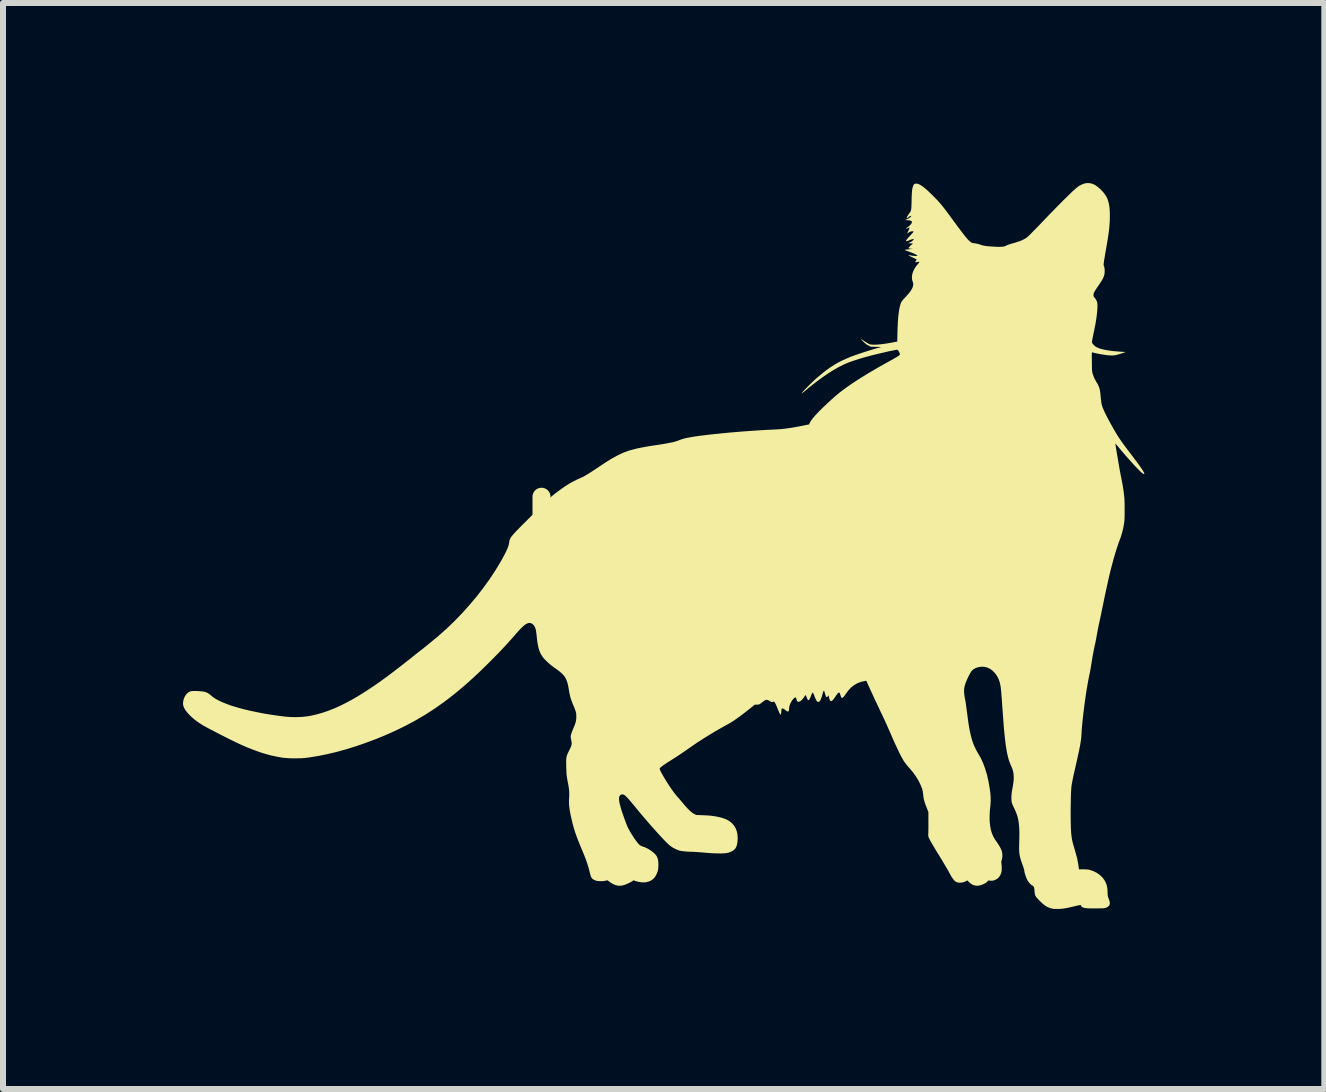
<source format=kicad_pcb>
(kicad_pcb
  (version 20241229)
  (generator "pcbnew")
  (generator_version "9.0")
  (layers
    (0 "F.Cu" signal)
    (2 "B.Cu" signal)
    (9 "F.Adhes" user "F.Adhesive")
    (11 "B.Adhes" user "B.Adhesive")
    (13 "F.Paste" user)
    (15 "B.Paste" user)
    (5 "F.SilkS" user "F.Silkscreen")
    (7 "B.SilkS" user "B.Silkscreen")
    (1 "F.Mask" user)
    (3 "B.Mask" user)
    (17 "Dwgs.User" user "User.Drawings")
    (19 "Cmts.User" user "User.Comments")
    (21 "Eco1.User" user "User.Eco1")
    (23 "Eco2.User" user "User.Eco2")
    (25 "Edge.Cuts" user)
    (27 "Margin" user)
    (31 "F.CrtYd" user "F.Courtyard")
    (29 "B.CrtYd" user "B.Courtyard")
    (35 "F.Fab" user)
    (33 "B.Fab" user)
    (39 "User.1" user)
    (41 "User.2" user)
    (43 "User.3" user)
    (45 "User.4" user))
  (footprint "kitty"
    (layer "F.Cu")
    (at 8.01 6.05)
    (property "Reference" "kitty" (at 0 0 0) (layer "F.SilkS") (effects (font (size 1.5 1.5) (thickness 0.3))))
    (attr board_only exclude_from_pos_files exclude_from_bom)
    (fp_poly (pts (xy 7.116 -6.045) (xy 7.161 -6.031) (xy 7.2 -6.01) (xy 7.242 -5.979) (xy 7.281 -5.945) (xy 7.32 -5.903) (xy 7.328 -5.894) (xy 7.356 -5.857) (xy 7.38 -5.819) (xy 7.399 -5.778) (xy 7.413 -5.733) (xy 7.424 -5.684) (xy 7.431 -5.629) (xy 7.435 -5.566) (xy 7.436 -5.503) (xy 7.435 -5.455) (xy 7.434 -5.407) (xy 7.43 -5.357) (xy 7.426 -5.306) (xy 7.42 -5.25) (xy 7.412 -5.191) (xy 7.402 -5.125) (xy 7.39 -5.052) (xy 7.376 -4.972) (xy 7.37 -4.937) (xy 7.363 -4.897) (xy 7.356 -4.857) (xy 7.35 -4.819) (xy 7.344 -4.785) (xy 7.34 -4.757) (xy 7.337 -4.74) (xy 7.334 -4.715) (xy 7.332 -4.697) (xy 7.332 -4.685) (xy 7.333 -4.677) (xy 7.336 -4.669) (xy 7.338 -4.664) (xy 7.343 -4.651) (xy 7.346 -4.632) (xy 7.349 -4.606) (xy 7.349 -4.595) (xy 7.349 -4.567) (xy 7.347 -4.541) (xy 7.343 -4.516) (xy 7.334 -4.491) (xy 7.323 -4.464) (xy 7.306 -4.434) (xy 7.285 -4.399) (xy 7.258 -4.359) (xy 7.24 -4.332) (xy 7.215 -4.296) (xy 7.196 -4.267) (xy 7.182 -4.243) (xy 7.172 -4.224) (xy 7.166 -4.207) (xy 7.163 -4.192) (xy 7.163 -4.184) (xy 7.164 -4.17) (xy 7.167 -4.159) (xy 7.175 -4.146) (xy 7.183 -4.137) (xy 7.2 -4.115) (xy 7.212 -4.094) (xy 7.221 -4.072) (xy 7.227 -4.048) (xy 7.229 -4.019) (xy 7.229 -3.984) (xy 7.227 -3.941) (xy 7.226 -3.928) (xy 7.222 -3.887) (xy 7.218 -3.848) (xy 7.213 -3.811) (xy 7.208 -3.773) (xy 7.201 -3.733) (xy 7.194 -3.69) (xy 7.184 -3.641) (xy 7.173 -3.586) (xy 7.16 -3.523) (xy 7.159 -3.519) (xy 7.151 -3.48) (xy 7.145 -3.449) (xy 7.141 -3.426) (xy 7.139 -3.409) (xy 7.138 -3.397) (xy 7.139 -3.39) (xy 7.14 -3.388) (xy 7.148 -3.373) (xy 7.163 -3.356) (xy 7.18 -3.339) (xy 7.198 -3.324) (xy 7.207 -3.318) (xy 7.243 -3.301) (xy 7.289 -3.285) (xy 7.344 -3.272) (xy 7.408 -3.26) (xy 7.48 -3.25) (xy 7.561 -3.243) (xy 7.602 -3.24) (xy 7.631 -3.238) (xy 7.656 -3.236) (xy 7.676 -3.235) (xy 7.689 -3.234) (xy 7.694 -3.233) (xy 7.69 -3.231) (xy 7.678 -3.226) (xy 7.66 -3.22) (xy 7.637 -3.212) (xy 7.619 -3.206) (xy 7.577 -3.193) (xy 7.54 -3.184) (xy 7.507 -3.178) (xy 7.474 -3.176) (xy 7.438 -3.177) (xy 7.402 -3.18) (xy 7.364 -3.184) (xy 7.322 -3.191) (xy 7.278 -3.198) (xy 7.235 -3.206) (xy 7.195 -3.215) (xy 7.161 -3.223) (xy 7.143 -3.228) (xy 7.141 -3.229) (xy 7.139 -3.227) (xy 7.137 -3.224) (xy 7.136 -3.216) (xy 7.135 -3.204) (xy 7.135 -3.187) (xy 7.135 -3.163) (xy 7.135 -3.131) (xy 7.136 -3.091) (xy 7.136 -3.069) (xy 7.137 -3.025) (xy 7.137 -2.989) (xy 7.138 -2.96) (xy 7.139 -2.938) (xy 7.14 -2.92) (xy 7.142 -2.906) (xy 7.144 -2.894) (xy 7.146 -2.883) (xy 7.149 -2.871) (xy 7.152 -2.864) (xy 7.176 -2.799) (xy 7.209 -2.738) (xy 7.213 -2.731) (xy 7.232 -2.701) (xy 7.246 -2.671) (xy 7.258 -2.642) (xy 7.267 -2.61) (xy 7.274 -2.573) (xy 7.279 -2.53) (xy 7.282 -2.495) (xy 7.286 -2.453) (xy 7.29 -2.419) (xy 7.294 -2.391) (xy 7.298 -2.368) (xy 7.303 -2.347) (xy 7.309 -2.327) (xy 7.317 -2.305) (xy 7.317 -2.305) (xy 7.333 -2.268) (xy 7.352 -2.225) (xy 7.376 -2.176) (xy 7.404 -2.123) (xy 7.433 -2.068) (xy 7.465 -2.011) (xy 7.497 -1.954) (xy 7.529 -1.899) (xy 7.561 -1.846) (xy 7.592 -1.798) (xy 7.611 -1.77) (xy 7.623 -1.753) (xy 7.64 -1.729) (xy 7.661 -1.699) (xy 7.686 -1.666) (xy 7.712 -1.63) (xy 7.74 -1.593) (xy 7.767 -1.558) (xy 7.816 -1.494) (xy 7.858 -1.437) (xy 7.895 -1.388) (xy 7.926 -1.346) (xy 7.951 -1.309) (xy 7.972 -1.279) (xy 7.988 -1.254) (xy 8 -1.234) (xy 8.007 -1.22) (xy 8.01 -1.209) (xy 8.009 -1.203) (xy 8.005 -1.2) (xy 8.003 -1.2) (xy 7.993 -1.204) (xy 7.977 -1.215) (xy 7.956 -1.233) (xy 7.93 -1.257) (xy 7.9 -1.288) (xy 7.865 -1.324) (xy 7.827 -1.364) (xy 7.786 -1.41) (xy 7.742 -1.459) (xy 7.695 -1.512) (xy 7.647 -1.568) (xy 7.598 -1.626) (xy 7.578 -1.651) (xy 7.56 -1.672) (xy 7.545 -1.69) (xy 7.534 -1.702) (xy 7.528 -1.708) (xy 7.527 -1.709) (xy 7.528 -1.704) (xy 7.53 -1.69) (xy 7.533 -1.668) (xy 7.537 -1.64) (xy 7.543 -1.606) (xy 7.549 -1.567) (xy 7.556 -1.526) (xy 7.564 -1.482) (xy 7.572 -1.436) (xy 7.579 -1.391) (xy 7.587 -1.347) (xy 7.594 -1.304) (xy 7.601 -1.265) (xy 7.608 -1.229) (xy 7.613 -1.199) (xy 7.618 -1.175) (xy 7.621 -1.159) (xy 7.622 -1.155) (xy 7.637 -1.08) (xy 7.652 -0.998) (xy 7.665 -0.913) (xy 7.671 -0.863) (xy 7.674 -0.835) (xy 7.677 -0.809) (xy 7.679 -0.783) (xy 7.68 -0.755) (xy 7.681 -0.724) (xy 7.682 -0.688) (xy 7.682 -0.645) (xy 7.682 -0.605) (xy 7.682 -0.558) (xy 7.682 -0.519) (xy 7.681 -0.487) (xy 7.681 -0.461) (xy 7.679 -0.438) (xy 7.678 -0.418) (xy 7.676 -0.399) (xy 7.673 -0.379) (xy 7.671 -0.366) (xy 7.657 -0.291) (xy 7.64 -0.222) (xy 7.619 -0.153) (xy 7.603 -0.11) (xy 7.58 -0.047) (xy 7.558 0.018) (xy 7.536 0.087) (xy 7.514 0.16) (xy 7.492 0.238) (xy 7.47 0.32) (xy 7.447 0.409) (xy 7.424 0.504) (xy 7.401 0.607) (xy 7.377 0.717) (xy 7.351 0.836) (xy 7.325 0.964) (xy 7.32 0.988) (xy 7.31 1.035) (xy 7.3 1.083) (xy 7.291 1.13) (xy 7.281 1.174) (xy 7.273 1.213) (xy 7.266 1.246) (xy 7.26 1.271) (xy 7.26 1.272) (xy 7.253 1.304) (xy 7.245 1.342) (xy 7.237 1.384) (xy 7.229 1.427) (xy 7.221 1.468) (xy 7.22 1.475) (xy 7.213 1.515) (xy 7.205 1.557) (xy 7.197 1.6) (xy 7.188 1.639) (xy 7.181 1.672) (xy 7.18 1.677) (xy 7.173 1.709) (xy 7.167 1.739) (xy 7.161 1.769) (xy 7.155 1.802) (xy 7.148 1.837) (xy 7.142 1.878) (xy 7.134 1.926) (xy 7.127 1.972) (xy 7.121 2.008) (xy 7.114 2.05) (xy 7.106 2.092) (xy 7.098 2.132) (xy 7.094 2.147) (xy 7.082 2.208) (xy 7.069 2.278) (xy 7.056 2.354) (xy 7.042 2.436) (xy 7.03 2.521) (xy 7.017 2.609) (xy 7.006 2.698) (xy 6.995 2.786) (xy 6.985 2.871) (xy 6.977 2.953) (xy 6.97 3.03) (xy 6.965 3.099) (xy 6.963 3.14) (xy 6.961 3.167) (xy 6.959 3.194) (xy 6.956 3.222) (xy 6.951 3.252) (xy 6.946 3.286) (xy 6.94 3.323) (xy 6.931 3.365) (xy 6.922 3.413) (xy 6.91 3.467) (xy 6.897 3.528) (xy 6.881 3.598) (xy 6.87 3.649) (xy 6.855 3.714) (xy 6.842 3.77) (xy 6.831 3.818) (xy 6.822 3.86) (xy 6.815 3.896) (xy 6.809 3.927) (xy 6.804 3.954) (xy 6.8 3.978) (xy 6.797 4) (xy 6.794 4.021) (xy 6.793 4.042) (xy 6.791 4.064) (xy 6.79 4.088) (xy 6.789 4.098) (xy 6.788 4.124) (xy 6.787 4.159) (xy 6.786 4.202) (xy 6.785 4.249) (xy 6.784 4.3) (xy 6.783 4.354) (xy 6.783 4.408) (xy 6.783 4.455) (xy 6.783 4.53) (xy 6.784 4.597) (xy 6.785 4.656) (xy 6.786 4.708) (xy 6.789 4.754) (xy 6.792 4.796) (xy 6.797 4.835) (xy 6.802 4.872) (xy 6.809 4.907) (xy 6.817 4.943) (xy 6.827 4.98) (xy 6.839 5.019) (xy 6.844 5.037) (xy 6.871 5.131) (xy 6.893 5.217) (xy 6.908 5.296) (xy 6.918 5.36) (xy 6.921 5.388) (xy 6.994 5.388) (xy 7.026 5.388) (xy 7.05 5.389) (xy 7.07 5.391) (xy 7.088 5.394) (xy 7.106 5.399) (xy 7.107 5.399) (xy 7.167 5.42) (xy 7.221 5.448) (xy 7.269 5.482) (xy 7.311 5.521) (xy 7.344 5.565) (xy 7.362 5.598) (xy 7.377 5.632) (xy 7.387 5.667) (xy 7.394 5.704) (xy 7.397 5.748) (xy 7.398 5.768) (xy 7.398 5.795) (xy 7.4 5.815) (xy 7.402 5.832) (xy 7.405 5.846) (xy 7.411 5.863) (xy 7.417 5.878) (xy 7.429 5.913) (xy 7.435 5.943) (xy 7.434 5.967) (xy 7.427 5.987) (xy 7.42 5.997) (xy 7.404 6.01) (xy 7.384 6.022) (xy 7.376 6.026) (xy 7.366 6.029) (xy 7.357 6.032) (xy 7.346 6.034) (xy 7.332 6.036) (xy 7.314 6.037) (xy 7.29 6.038) (xy 7.259 6.038) (xy 7.223 6.039) (xy 7.162 6.039) (xy 7.111 6.039) (xy 7.069 6.037) (xy 7.035 6.034) (xy 7.007 6.029) (xy 6.987 6.023) (xy 6.972 6.015) (xy 6.962 6.006) (xy 6.959 6.001) (xy 6.953 5.989) (xy 6.949 5.982) (xy 6.948 5.982) (xy 6.943 5.982) (xy 6.929 5.985) (xy 6.909 5.989) (xy 6.884 5.994) (xy 6.855 6.001) (xy 6.852 6.002) (xy 6.818 6.01) (xy 6.782 6.018) (xy 6.749 6.026) (xy 6.72 6.032) (xy 6.702 6.035) (xy 6.668 6.041) (xy 6.629 6.045) (xy 6.59 6.048) (xy 6.552 6.048) (xy 6.517 6.048) (xy 6.489 6.045) (xy 6.478 6.043) (xy 6.441 6.033) (xy 6.408 6.02) (xy 6.376 6.004) (xy 6.346 5.984) (xy 6.313 5.957) (xy 6.278 5.924) (xy 6.266 5.912) (xy 6.24 5.885) (xy 6.22 5.863) (xy 6.205 5.844) (xy 6.195 5.827) (xy 6.188 5.808) (xy 6.184 5.787) (xy 6.181 5.762) (xy 6.18 5.748) (xy 6.178 5.718) (xy 6.174 5.697) (xy 6.169 5.682) (xy 6.161 5.67) (xy 6.149 5.661) (xy 6.141 5.656) (xy 6.116 5.638) (xy 6.091 5.611) (xy 6.069 5.579) (xy 6.055 5.554) (xy 6.043 5.527) (xy 6.032 5.498) (xy 6.023 5.468) (xy 6.015 5.441) (xy 6.011 5.418) (xy 6.01 5.407) (xy 6.008 5.396) (xy 6.003 5.379) (xy 5.996 5.355) (xy 5.987 5.329) (xy 5.981 5.311) (xy 5.965 5.269) (xy 5.953 5.232) (xy 5.943 5.198) (xy 5.935 5.165) (xy 5.93 5.133) (xy 5.926 5.098) (xy 5.924 5.061) (xy 5.924 5.017) (xy 5.925 4.968) (xy 5.926 4.918) (xy 5.928 4.834) (xy 5.928 4.759) (xy 5.925 4.692) (xy 5.92 4.631) (xy 5.912 4.575) (xy 5.901 4.523) (xy 5.886 4.474) (xy 5.868 4.427) (xy 5.847 4.38) (xy 5.84 4.366) (xy 5.828 4.341) (xy 5.817 4.316) (xy 5.808 4.294) (xy 5.802 4.278) (xy 5.797 4.245) (xy 5.795 4.204) (xy 5.796 4.159) (xy 5.801 4.109) (xy 5.807 4.067) (xy 5.816 4.02) (xy 5.822 3.982) (xy 5.827 3.95) (xy 5.831 3.923) (xy 5.833 3.901) (xy 5.834 3.88) (xy 5.834 3.861) (xy 5.834 3.84) (xy 5.833 3.835) (xy 5.83 3.792) (xy 5.823 3.753) (xy 5.812 3.715) (xy 5.795 3.673) (xy 5.791 3.665) (xy 5.776 3.631) (xy 5.763 3.596) (xy 5.75 3.558) (xy 5.739 3.517) (xy 5.728 3.472) (xy 5.718 3.423) (xy 5.709 3.369) (xy 5.7 3.31) (xy 5.692 3.245) (xy 5.684 3.173) (xy 5.676 3.093) (xy 5.668 3.006) (xy 5.661 2.91) (xy 5.653 2.805) (xy 5.65 2.763) (xy 5.644 2.681) (xy 5.639 2.61) (xy 5.635 2.547) (xy 5.63 2.493) (xy 5.627 2.446) (xy 5.623 2.408) (xy 5.62 2.376) (xy 5.617 2.351) (xy 5.614 2.333) (xy 5.601 2.27) (xy 5.58 2.213) (xy 5.553 2.161) (xy 5.52 2.116) (xy 5.482 2.078) (xy 5.44 2.047) (xy 5.393 2.025) (xy 5.368 2.018) (xy 5.324 2.011) (xy 5.28 2.012) (xy 5.237 2.02) (xy 5.196 2.035) (xy 5.161 2.055) (xy 5.134 2.08) (xy 5.124 2.094) (xy 5.111 2.115) (xy 5.096 2.142) (xy 5.08 2.173) (xy 5.064 2.206) (xy 5.05 2.239) (xy 5.038 2.266) (xy 5.024 2.305) (xy 5.014 2.343) (xy 5.008 2.379) (xy 5.006 2.417) (xy 5.008 2.458) (xy 5.014 2.504) (xy 5.024 2.557) (xy 5.027 2.572) (xy 5.029 2.586) (xy 5.033 2.608) (xy 5.037 2.637) (xy 5.042 2.671) (xy 5.047 2.709) (xy 5.052 2.75) (xy 5.055 2.77) (xy 5.066 2.853) (xy 5.076 2.927) (xy 5.086 2.994) (xy 5.097 3.054) (xy 5.108 3.108) (xy 5.119 3.157) (xy 5.131 3.203) (xy 5.144 3.247) (xy 5.15 3.265) (xy 5.165 3.306) (xy 5.184 3.349) (xy 5.204 3.391) (xy 5.224 3.429) (xy 5.236 3.448) (xy 5.281 3.525) (xy 5.321 3.611) (xy 5.356 3.705) (xy 5.387 3.807) (xy 5.412 3.917) (xy 5.433 4.033) (xy 5.443 4.105) (xy 5.449 4.177) (xy 5.45 4.248) (xy 5.445 4.323) (xy 5.443 4.34) (xy 5.435 4.426) (xy 5.432 4.503) (xy 5.432 4.571) (xy 5.435 4.607) (xy 5.442 4.672) (xy 5.453 4.729) (xy 5.468 4.78) (xy 5.487 4.827) (xy 5.511 4.873) (xy 5.541 4.918) (xy 5.55 4.93) (xy 5.575 4.967) (xy 5.598 5.005) (xy 5.618 5.042) (xy 5.632 5.075) (xy 5.637 5.09) (xy 5.643 5.124) (xy 5.645 5.163) (xy 5.641 5.201) (xy 5.635 5.228) (xy 5.629 5.247) (xy 5.627 5.263) (xy 5.627 5.279) (xy 5.63 5.299) (xy 5.635 5.357) (xy 5.633 5.409) (xy 5.623 5.454) (xy 5.606 5.493) (xy 5.582 5.525) (xy 5.566 5.54) (xy 5.536 5.559) (xy 5.503 5.572) (xy 5.471 5.578) (xy 5.441 5.577) (xy 5.433 5.576) (xy 5.421 5.573) (xy 5.413 5.574) (xy 5.405 5.58) (xy 5.397 5.589) (xy 5.383 5.603) (xy 5.365 5.616) (xy 5.356 5.621) (xy 5.308 5.644) (xy 5.263 5.657) (xy 5.221 5.662) (xy 5.182 5.656) (xy 5.144 5.642) (xy 5.109 5.618) (xy 5.09 5.601) (xy 5.06 5.572) (xy 5.04 5.584) (xy 5.012 5.597) (xy 4.98 5.606) (xy 4.946 5.61) (xy 4.914 5.609) (xy 4.888 5.603) (xy 4.883 5.601) (xy 4.866 5.591) (xy 4.85 5.58) (xy 4.835 5.564) (xy 4.819 5.543) (xy 4.801 5.517) (xy 4.782 5.484) (xy 4.759 5.442) (xy 4.757 5.438) (xy 4.744 5.414) (xy 4.727 5.384) (xy 4.706 5.349) (xy 4.684 5.311) (xy 4.66 5.272) (xy 4.637 5.232) (xy 4.628 5.218) (xy 4.591 5.157) (xy 4.558 5.105) (xy 4.53 5.059) (xy 4.507 5.019) (xy 4.487 4.986) (xy 4.47 4.957) (xy 4.456 4.933) (xy 4.445 4.913) (xy 4.436 4.895) (xy 4.428 4.88) (xy 4.428 4.88) (xy 4.418 4.86) (xy 4.413 4.845) (xy 4.41 4.832) (xy 4.409 4.818) (xy 4.41 4.799) (xy 4.41 4.793) (xy 4.411 4.776) (xy 4.411 4.751) (xy 4.412 4.72) (xy 4.412 4.683) (xy 4.412 4.644) (xy 4.412 4.603) (xy 4.412 4.59) (xy 4.412 4.433) (xy 4.381 4.354) (xy 4.364 4.311) (xy 4.351 4.274) (xy 4.342 4.241) (xy 4.334 4.21) (xy 4.329 4.179) (xy 4.326 4.145) (xy 4.325 4.143) (xy 4.319 4.096) (xy 4.31 4.054) (xy 4.305 4.04) (xy 4.28 3.977) (xy 4.247 3.91) (xy 4.206 3.843) (xy 4.159 3.776) (xy 4.106 3.712) (xy 4.082 3.685) (xy 4.063 3.664) (xy 4.045 3.642) (xy 4.028 3.619) (xy 4.01 3.594) (xy 3.992 3.566) (xy 3.974 3.534) (xy 3.955 3.499) (xy 3.934 3.459) (xy 3.912 3.413) (xy 3.888 3.362) (xy 3.861 3.304) (xy 3.831 3.238) (xy 3.799 3.164) (xy 3.77 3.098) (xy 3.749 3.051) (xy 3.727 3.001) (xy 3.704 2.949) (xy 3.681 2.899) (xy 3.659 2.852) (xy 3.64 2.81) (xy 3.632 2.795) (xy 3.613 2.755) (xy 3.591 2.708) (xy 3.567 2.656) (xy 3.54 2.6) (xy 3.513 2.542) (xy 3.486 2.484) (xy 3.46 2.427) (xy 3.436 2.375) (xy 3.414 2.327) (xy 3.397 2.289) (xy 3.377 2.245) (xy 3.357 2.248) (xy 3.293 2.262) (xy 3.233 2.284) (xy 3.177 2.316) (xy 3.125 2.356) (xy 3.079 2.405) (xy 3.045 2.451) (xy 3.023 2.482) (xy 3.005 2.506) (xy 2.991 2.521) (xy 2.979 2.529) (xy 2.969 2.53) (xy 2.961 2.524) (xy 2.961 2.524) (xy 2.957 2.516) (xy 2.952 2.502) (xy 2.946 2.484) (xy 2.945 2.481) (xy 2.938 2.46) (xy 2.931 2.447) (xy 2.923 2.441) (xy 2.914 2.443) (xy 2.902 2.453) (xy 2.888 2.471) (xy 2.869 2.498) (xy 2.863 2.507) (xy 2.843 2.537) (xy 2.826 2.559) (xy 2.812 2.574) (xy 2.8 2.582) (xy 2.79 2.584) (xy 2.788 2.584) (xy 2.778 2.578) (xy 2.768 2.563) (xy 2.76 2.54) (xy 2.754 2.518) (xy 2.749 2.488) (xy 2.735 2.505) (xy 2.724 2.516) (xy 2.715 2.518) (xy 2.707 2.511) (xy 2.7 2.495) (xy 2.697 2.486) (xy 2.688 2.454) (xy 2.681 2.431) (xy 2.675 2.416) (xy 2.671 2.41) (xy 2.67 2.41) (xy 2.667 2.413) (xy 2.662 2.421) (xy 2.656 2.437) (xy 2.649 2.46) (xy 2.642 2.485) (xy 2.633 2.517) (xy 2.622 2.545) (xy 2.612 2.569) (xy 2.602 2.585) (xy 2.597 2.59) (xy 2.584 2.596) (xy 2.568 2.595) (xy 2.557 2.59) (xy 2.548 2.578) (xy 2.537 2.558) (xy 2.524 2.528) (xy 2.512 2.498) (xy 2.504 2.478) (xy 2.496 2.461) (xy 2.49 2.449) (xy 2.488 2.446) (xy 2.483 2.442) (xy 2.478 2.445) (xy 2.473 2.453) (xy 2.468 2.464) (xy 2.461 2.482) (xy 2.453 2.502) (xy 2.45 2.509) (xy 2.438 2.538) (xy 2.428 2.557) (xy 2.418 2.567) (xy 2.409 2.568) (xy 2.401 2.559) (xy 2.391 2.541) (xy 2.384 2.524) (xy 2.377 2.506) (xy 2.37 2.492) (xy 2.366 2.485) (xy 2.365 2.485) (xy 2.36 2.489) (xy 2.352 2.499) (xy 2.342 2.514) (xy 2.342 2.514) (xy 2.318 2.548) (xy 2.294 2.573) (xy 2.271 2.589) (xy 2.248 2.595) (xy 2.246 2.595) (xy 2.233 2.593) (xy 2.225 2.586) (xy 2.218 2.572) (xy 2.213 2.551) (xy 2.208 2.533) (xy 2.202 2.523) (xy 2.193 2.522) (xy 2.18 2.53) (xy 2.166 2.542) (xy 2.143 2.569) (xy 2.122 2.602) (xy 2.106 2.638) (xy 2.094 2.674) (xy 2.09 2.708) (xy 2.09 2.71) (xy 2.088 2.735) (xy 2.083 2.751) (xy 2.075 2.758) (xy 2.063 2.757) (xy 2.046 2.747) (xy 2.027 2.733) (xy 2.004 2.716) (xy 1.986 2.707) (xy 1.974 2.706) (xy 1.967 2.711) (xy 1.965 2.718) (xy 1.963 2.733) (xy 1.96 2.752) (xy 1.96 2.761) (xy 1.958 2.781) (xy 1.955 2.798) (xy 1.953 2.807) (xy 1.953 2.809) (xy 1.947 2.809) (xy 1.94 2.8) (xy 1.93 2.783) (xy 1.918 2.756) (xy 1.905 2.724) (xy 1.888 2.683) (xy 1.875 2.651) (xy 1.863 2.627) (xy 1.854 2.61) (xy 1.846 2.599) (xy 1.838 2.593) (xy 1.831 2.593) (xy 1.826 2.595) (xy 1.809 2.6) (xy 1.792 2.597) (xy 1.771 2.586) (xy 1.77 2.585) (xy 1.746 2.571) (xy 1.725 2.563) (xy 1.706 2.563) (xy 1.687 2.571) (xy 1.665 2.586) (xy 1.649 2.598) (xy 1.622 2.62) (xy 1.599 2.635) (xy 1.577 2.642) (xy 1.554 2.644) (xy 1.547 2.644) (xy 1.521 2.641) (xy 1.457 2.693) (xy 1.421 2.722) (xy 1.382 2.753) (xy 1.34 2.785) (xy 1.299 2.817) (xy 1.258 2.847) (xy 1.22 2.874) (xy 1.187 2.897) (xy 1.166 2.912) (xy 1.144 2.926) (xy 1.117 2.942) (xy 1.085 2.961) (xy 1.052 2.979) (xy 1.027 2.993) (xy 0.874 3.079) (xy 0.719 3.173) (xy 0.565 3.271) (xy 0.415 3.374) (xy 0.38 3.399) (xy 0.344 3.424) (xy 0.304 3.451) (xy 0.262 3.479) (xy 0.222 3.506) (xy 0.187 3.529) (xy 0.185 3.53) (xy 0.131 3.564) (xy 0.085 3.593) (xy 0.046 3.618) (xy 0.014 3.64) (xy -0.011 3.657) (xy -0.031 3.672) (xy -0.046 3.685) (xy -0.057 3.695) (xy -0.063 3.703) (xy -0.066 3.711) (xy -0.066 3.717) (xy -0.065 3.722) (xy -0.055 3.745) (xy -0.04 3.775) (xy -0.02 3.811) (xy 0.003 3.851) (xy 0.029 3.894) (xy 0.057 3.939) (xy 0.087 3.985) (xy 0.097 4) (xy 0.129 4.048) (xy 0.159 4.09) (xy 0.186 4.126) (xy 0.213 4.159) (xy 0.24 4.19) (xy 0.259 4.211) (xy 0.281 4.237) (xy 0.303 4.264) (xy 0.323 4.287) (xy 0.361 4.333) (xy 0.398 4.373) (xy 0.433 4.408) (xy 0.466 4.436) (xy 0.494 4.456) (xy 0.505 4.462) (xy 0.542 4.482) (xy 0.652 4.486) (xy 0.723 4.489) (xy 0.787 4.494) (xy 0.845 4.502) (xy 0.901 4.512) (xy 0.956 4.525) (xy 0.984 4.533) (xy 1.042 4.554) (xy 1.093 4.582) (xy 1.136 4.617) (xy 1.172 4.657) (xy 1.2 4.704) (xy 1.219 4.756) (xy 1.231 4.813) (xy 1.234 4.875) (xy 1.23 4.925) (xy 1.227 4.95) (xy 1.222 4.975) (xy 1.217 4.995) (xy 1.214 5.003) (xy 1.197 5.037) (xy 1.17 5.065) (xy 1.136 5.088) (xy 1.093 5.106) (xy 1.066 5.113) (xy 1.039 5.118) (xy 1.002 5.121) (xy 0.958 5.123) (xy 0.907 5.122) (xy 0.851 5.121) (xy 0.789 5.118) (xy 0.724 5.113) (xy 0.667 5.108) (xy 0.627 5.105) (xy 0.587 5.102) (xy 0.55 5.099) (xy 0.517 5.097) (xy 0.49 5.095) (xy 0.472 5.095) (xy 0.43 5.094) (xy 0.388 5.092) (xy 0.346 5.088) (xy 0.309 5.084) (xy 0.278 5.079) (xy 0.271 5.077) (xy 0.235 5.066) (xy 0.197 5.049) (xy 0.158 5.029) (xy 0.123 5.006) (xy 0.109 4.996) (xy 0.085 4.975) (xy 0.055 4.947) (xy 0.02 4.912) (xy -0.019 4.871) (xy -0.063 4.824) (xy -0.111 4.771) (xy -0.162 4.714) (xy -0.217 4.653) (xy -0.273 4.587) (xy -0.332 4.519) (xy -0.392 4.448) (xy -0.453 4.374) (xy -0.515 4.299) (xy -0.519 4.295) (xy -0.553 4.253) (xy -0.583 4.218) (xy -0.608 4.191) (xy -0.63 4.169) (xy -0.648 4.154) (xy -0.663 4.144) (xy -0.677 4.139) (xy -0.69 4.138) (xy -0.702 4.14) (xy -0.703 4.14) (xy -0.719 4.148) (xy -0.731 4.159) (xy -0.739 4.175) (xy -0.743 4.196) (xy -0.744 4.222) (xy -0.74 4.254) (xy -0.733 4.293) (xy -0.721 4.339) (xy -0.706 4.392) (xy -0.686 4.453) (xy -0.662 4.522) (xy -0.66 4.526) (xy -0.648 4.56) (xy -0.636 4.593) (xy -0.625 4.623) (xy -0.615 4.648) (xy -0.608 4.667) (xy -0.605 4.673) (xy -0.587 4.709) (xy -0.566 4.749) (xy -0.541 4.79) (xy -0.515 4.832) (xy -0.489 4.872) (xy -0.462 4.909) (xy -0.438 4.941) (xy -0.416 4.967) (xy -0.404 4.978) (xy -0.384 4.993) (xy -0.361 5.004) (xy -0.351 5.007) (xy -0.315 5.019) (xy -0.277 5.037) (xy -0.239 5.058) (xy -0.203 5.083) (xy -0.17 5.109) (xy -0.142 5.135) (xy -0.121 5.161) (xy -0.113 5.175) (xy -0.102 5.201) (xy -0.094 5.228) (xy -0.09 5.26) (xy -0.088 5.297) (xy -0.088 5.315) (xy -0.089 5.347) (xy -0.09 5.373) (xy -0.094 5.395) (xy -0.099 5.417) (xy -0.118 5.468) (xy -0.142 5.511) (xy -0.173 5.547) (xy -0.209 5.574) (xy -0.251 5.592) (xy -0.298 5.603) (xy -0.336 5.605) (xy -0.375 5.603) (xy -0.416 5.596) (xy -0.455 5.587) (xy -0.476 5.58) (xy -0.501 5.57) (xy -0.523 5.585) (xy -0.545 5.598) (xy -0.573 5.613) (xy -0.605 5.628) (xy -0.637 5.641) (xy -0.662 5.65) (xy -0.707 5.66) (xy -0.752 5.661) (xy -0.797 5.652) (xy -0.843 5.633) (xy -0.889 5.605) (xy -0.903 5.595) (xy -0.936 5.57) (xy -0.973 5.578) (xy -1.004 5.583) (xy -1.038 5.585) (xy -1.064 5.584) (xy -1.09 5.583) (xy -1.11 5.581) (xy -1.125 5.577) (xy -1.14 5.572) (xy -1.147 5.568) (xy -1.168 5.558) (xy -1.184 5.548) (xy -1.196 5.537) (xy -1.205 5.522) (xy -1.214 5.503) (xy -1.222 5.476) (xy -1.23 5.445) (xy -1.243 5.395) (xy -1.255 5.349) (xy -1.269 5.305) (xy -1.283 5.262) (xy -1.299 5.217) (xy -1.317 5.17) (xy -1.338 5.118) (xy -1.362 5.06) (xy -1.382 5.013) (xy -1.419 4.923) (xy -1.451 4.839) (xy -1.479 4.759) (xy -1.503 4.68) (xy -1.517 4.627) (xy -1.535 4.551) (xy -1.55 4.483) (xy -1.562 4.423) (xy -1.57 4.369) (xy -1.576 4.32) (xy -1.578 4.276) (xy -1.578 4.236) (xy -1.577 4.225) (xy -1.574 4.177) (xy -1.573 4.137) (xy -1.574 4.1) (xy -1.576 4.065) (xy -1.581 4.028) (xy -1.588 3.986) (xy -1.591 3.967) (xy -1.6 3.924) (xy -1.606 3.888) (xy -1.611 3.858) (xy -1.615 3.831) (xy -1.618 3.807) (xy -1.62 3.783) (xy -1.621 3.756) (xy -1.622 3.725) (xy -1.623 3.688) (xy -1.624 3.672) (xy -1.624 3.627) (xy -1.625 3.591) (xy -1.624 3.561) (xy -1.622 3.535) (xy -1.618 3.513) (xy -1.613 3.492) (xy -1.605 3.471) (xy -1.595 3.448) (xy -1.582 3.421) (xy -1.575 3.408) (xy -1.559 3.374) (xy -1.546 3.346) (xy -1.538 3.324) (xy -1.534 3.305) (xy -1.532 3.287) (xy -1.534 3.269) (xy -1.538 3.248) (xy -1.54 3.237) (xy -1.545 3.213) (xy -1.548 3.196) (xy -1.549 3.181) (xy -1.548 3.166) (xy -1.546 3.153) (xy -1.541 3.133) (xy -1.532 3.105) (xy -1.52 3.074) (xy -1.509 3.048) (xy -1.493 3.01) (xy -1.481 2.98) (xy -1.472 2.954) (xy -1.465 2.931) (xy -1.461 2.91) (xy -1.458 2.887) (xy -1.456 2.864) (xy -1.456 2.834) (xy -1.456 2.807) (xy -1.46 2.782) (xy -1.466 2.756) (xy -1.476 2.727) (xy -1.489 2.692) (xy -1.498 2.671) (xy -1.517 2.626) (xy -1.532 2.587) (xy -1.544 2.552) (xy -1.555 2.518) (xy -1.563 2.482) (xy -1.572 2.442) (xy -1.58 2.395) (xy -1.582 2.382) (xy -1.592 2.326) (xy -1.604 2.278) (xy -1.618 2.237) (xy -1.635 2.201) (xy -1.656 2.168) (xy -1.682 2.137) (xy -1.715 2.107) (xy -1.754 2.075) (xy -1.786 2.052) (xy -1.847 2.008) (xy -1.899 1.967) (xy -1.943 1.928) (xy -1.981 1.89) (xy -2.013 1.852) (xy -2.039 1.813) (xy -2.06 1.772) (xy -2.077 1.727) (xy -2.09 1.677) (xy -2.101 1.622) (xy -2.11 1.56) (xy -2.115 1.515) (xy -2.118 1.482) (xy -2.122 1.451) (xy -2.126 1.424) (xy -2.129 1.402) (xy -2.132 1.389) (xy -2.132 1.387) (xy -2.146 1.349) (xy -2.165 1.318) (xy -2.189 1.297) (xy -2.206 1.288) (xy -2.225 1.282) (xy -2.243 1.281) (xy -2.263 1.286) (xy -2.284 1.295) (xy -2.3 1.304) (xy -2.317 1.316) (xy -2.337 1.332) (xy -2.36 1.354) (xy -2.386 1.38) (xy -2.416 1.412) (xy -2.451 1.451) (xy -2.491 1.497) (xy -2.504 1.512) (xy -2.558 1.573) (xy -2.618 1.64) (xy -2.684 1.71) (xy -2.753 1.783) (xy -2.827 1.858) (xy -2.902 1.934) (xy -2.978 2.009) (xy -3.054 2.083) (xy -3.129 2.154) (xy -3.202 2.221) (xy -3.271 2.283) (xy -3.333 2.338) (xy -3.491 2.469) (xy -3.65 2.592) (xy -3.81 2.705) (xy -3.972 2.81) (xy -4.137 2.907) (xy -4.306 2.997) (xy -4.33 3.009) (xy -4.485 3.084) (xy -4.643 3.154) (xy -4.804 3.22) (xy -4.965 3.28) (xy -5.127 3.336) (xy -5.288 3.386) (xy -5.447 3.43) (xy -5.603 3.467) (xy -5.754 3.498) (xy -5.901 3.522) (xy -5.947 3.528) (xy -5.991 3.533) (xy -6.041 3.536) (xy -6.096 3.537) (xy -6.152 3.538) (xy -6.209 3.537) (xy -6.262 3.535) (xy -6.311 3.531) (xy -6.353 3.527) (xy -6.36 3.526) (xy -6.452 3.509) (xy -6.545 3.489) (xy -6.638 3.464) (xy -6.733 3.434) (xy -6.831 3.398) (xy -6.934 3.358) (xy -7.042 3.311) (xy -7.136 3.267) (xy -7.168 3.251) (xy -7.206 3.233) (xy -7.248 3.212) (xy -7.293 3.189) (xy -7.34 3.165) (xy -7.389 3.141) (xy -7.437 3.116) (xy -7.483 3.092) (xy -7.527 3.069) (xy -7.568 3.048) (xy -7.603 3.029) (xy -7.633 3.013) (xy -7.656 3) (xy -7.667 2.994) (xy -7.721 2.96) (xy -7.768 2.929) (xy -7.811 2.897) (xy -7.85 2.864) (xy -7.889 2.828) (xy -7.899 2.818) (xy -7.94 2.774) (xy -7.972 2.732) (xy -7.994 2.693) (xy -8.007 2.655) (xy -8.01 2.626) (xy -8.006 2.584) (xy -7.996 2.543) (xy -7.979 2.505) (xy -7.958 2.473) (xy -7.932 2.447) (xy -7.903 2.428) (xy -7.886 2.422) (xy -7.873 2.419) (xy -7.859 2.417) (xy -7.841 2.416) (xy -7.818 2.415) (xy -7.787 2.416) (xy -7.773 2.416) (xy -7.725 2.419) (xy -7.685 2.423) (xy -7.652 2.429) (xy -7.623 2.438) (xy -7.596 2.451) (xy -7.57 2.469) (xy -7.542 2.491) (xy -7.54 2.493) (xy -7.513 2.515) (xy -7.485 2.535) (xy -7.455 2.553) (xy -7.419 2.572) (xy -7.377 2.593) (xy -7.371 2.595) (xy -7.295 2.627) (xy -7.21 2.658) (xy -7.115 2.687) (xy -7.013 2.716) (xy -6.903 2.742) (xy -6.786 2.767) (xy -6.664 2.791) (xy -6.535 2.812) (xy -6.402 2.831) (xy -6.305 2.843) (xy -6.213 2.85) (xy -6.118 2.851) (xy -6.021 2.847) (xy -5.928 2.836) (xy -5.878 2.827) (xy -5.785 2.806) (xy -5.692 2.78) (xy -5.597 2.748) (xy -5.499 2.71) (xy -5.399 2.666) (xy -5.297 2.615) (xy -5.191 2.558) (xy -5.081 2.494) (xy -4.967 2.422) (xy -4.848 2.344) (xy -4.724 2.258) (xy -4.595 2.164) (xy -4.548 2.128) (xy -4.508 2.099) (xy -4.464 2.064) (xy -4.414 2.026) (xy -4.361 1.985) (xy -4.305 1.941) (xy -4.246 1.895) (xy -4.187 1.848) (xy -4.128 1.801) (xy -4.069 1.754) (xy -4.011 1.709) (xy -3.956 1.665) (xy -3.905 1.623) (xy -3.858 1.585) (xy -3.816 1.55) (xy -3.779 1.52) (xy -3.75 1.496) (xy -3.748 1.493) (xy -3.614 1.374) (xy -3.483 1.248) (xy -3.356 1.116) (xy -3.233 0.979) (xy -3.115 0.839) (xy -3.004 0.695) (xy -2.899 0.55) (xy -2.803 0.404) (xy -2.715 0.258) (xy -2.683 0.201) (xy -2.653 0.145) (xy -2.628 0.095) (xy -2.608 0.052) (xy -2.593 0.015) (xy -2.583 -0.018) (xy -2.576 -0.047) (xy -2.575 -0.057) (xy -2.573 -0.071) (xy -2.571 -0.084) (xy -2.568 -0.097) (xy -2.564 -0.109) (xy -2.558 -0.122) (xy -2.55 -0.136) (xy -2.54 -0.152) (xy -2.527 -0.169) (xy -2.511 -0.188) (xy -2.491 -0.211) (xy -2.468 -0.237) (xy -2.439 -0.267) (xy -2.406 -0.301) (xy -2.368 -0.34) (xy -2.323 -0.384) (xy -2.273 -0.434) (xy -2.216 -0.491) (xy -2.187 -0.52) (xy -2.132 -0.575) (xy -2.083 -0.623) (xy -2.04 -0.666) (xy -2.002 -0.703) (xy -1.968 -0.735) (xy -1.938 -0.763) (xy -1.911 -0.788) (xy -1.886 -0.811) (xy -1.863 -0.831) (xy -1.84 -0.85) (xy -1.818 -0.868) (xy -1.796 -0.885) (xy -1.772 -0.903) (xy -1.71 -0.949) (xy -1.653 -0.989) (xy -1.6 -1.023) (xy -1.548 -1.054) (xy -1.497 -1.082) (xy -1.444 -1.108) (xy -1.401 -1.127) (xy -1.375 -1.139) (xy -1.349 -1.151) (xy -1.322 -1.165) (xy -1.294 -1.182) (xy -1.262 -1.201) (xy -1.226 -1.223) (xy -1.185 -1.25) (xy -1.137 -1.281) (xy -1.097 -1.308) (xy -1.043 -1.344) (xy -0.995 -1.376) (xy -0.953 -1.403) (xy -0.916 -1.426) (xy -0.883 -1.447) (xy -0.852 -1.465) (xy -0.822 -1.482) (xy -0.793 -1.497) (xy -0.763 -1.513) (xy -0.748 -1.52) (xy -0.706 -1.54) (xy -0.665 -1.558) (xy -0.624 -1.574) (xy -0.581 -1.589) (xy -0.536 -1.602) (xy -0.488 -1.615) (xy -0.435 -1.628) (xy -0.376 -1.64) (xy -0.311 -1.652) (xy -0.238 -1.665) (xy -0.157 -1.677) (xy -0.125 -1.682) (xy -0.061 -1.692) (xy -0.005 -1.701) (xy 0.043 -1.709) (xy 0.084 -1.717) (xy 0.119 -1.724) (xy 0.15 -1.73) (xy 0.178 -1.737) (xy 0.203 -1.745) (xy 0.227 -1.752) (xy 0.251 -1.761) (xy 0.267 -1.768) (xy 0.3 -1.779) (xy 0.336 -1.79) (xy 0.377 -1.8) (xy 0.424 -1.809) (xy 0.479 -1.819) (xy 0.53 -1.827) (xy 0.597 -1.837) (xy 0.672 -1.846) (xy 0.755 -1.856) (xy 0.844 -1.866) (xy 0.938 -1.875) (xy 1.036 -1.885) (xy 1.136 -1.894) (xy 1.238 -1.903) (xy 1.34 -1.911) (xy 1.441 -1.918) (xy 1.539 -1.925) (xy 1.634 -1.931) (xy 1.724 -1.936) (xy 1.808 -1.94) (xy 1.81 -1.94) (xy 1.867 -1.943) (xy 1.92 -1.946) (xy 1.971 -1.95) (xy 2.021 -1.956) (xy 2.073 -1.963) (xy 2.128 -1.971) (xy 2.187 -1.981) (xy 2.252 -1.993) (xy 2.318 -2.006) (xy 2.424 -2.027) (xy 2.434 -2.052) (xy 2.447 -2.076) (xy 2.468 -2.106) (xy 2.495 -2.141) (xy 2.53 -2.181) (xy 2.572 -2.226) (xy 2.62 -2.275) (xy 2.675 -2.328) (xy 2.735 -2.385) (xy 2.801 -2.445) (xy 2.803 -2.447) (xy 2.86 -2.498) (xy 2.92 -2.548) (xy 2.984 -2.597) (xy 3.053 -2.648) (xy 3.126 -2.699) (xy 3.204 -2.751) (xy 3.289 -2.805) (xy 3.38 -2.861) (xy 3.479 -2.92) (xy 3.585 -2.982) (xy 3.697 -3.045) (xy 3.75 -3.074) (xy 3.794 -3.099) (xy 3.83 -3.119) (xy 3.86 -3.137) (xy 3.884 -3.151) (xy 3.902 -3.162) (xy 3.916 -3.171) (xy 3.925 -3.178) (xy 3.931 -3.183) (xy 3.931 -3.184) (xy 3.936 -3.191) (xy 3.937 -3.198) (xy 3.935 -3.209) (xy 3.932 -3.216) (xy 3.924 -3.234) (xy 3.913 -3.252) (xy 3.91 -3.256) (xy 3.899 -3.267) (xy 3.89 -3.272) (xy 3.881 -3.271) (xy 3.873 -3.27) (xy 3.856 -3.266) (xy 3.832 -3.261) (xy 3.803 -3.255) (xy 3.771 -3.249) (xy 3.752 -3.245) (xy 3.652 -3.222) (xy 3.553 -3.199) (xy 3.457 -3.175) (xy 3.365 -3.15) (xy 3.278 -3.125) (xy 3.198 -3.1) (xy 3.125 -3.075) (xy 3.078 -3.058) (xy 2.999 -3.024) (xy 2.916 -2.982) (xy 2.828 -2.932) (xy 2.736 -2.874) (xy 2.639 -2.807) (xy 2.539 -2.733) (xy 2.434 -2.651) (xy 2.326 -2.561) (xy 2.326 -2.561) (xy 2.313 -2.551) (xy 2.304 -2.544) (xy 2.3 -2.544) (xy 2.3 -2.544) (xy 2.304 -2.551) (xy 2.314 -2.564) (xy 2.329 -2.583) (xy 2.35 -2.605) (xy 2.374 -2.63) (xy 2.402 -2.658) (xy 2.432 -2.688) (xy 2.463 -2.718) (xy 2.494 -2.748) (xy 2.525 -2.777) (xy 2.555 -2.804) (xy 2.583 -2.827) (xy 2.654 -2.886) (xy 2.721 -2.938) (xy 2.787 -2.984) (xy 2.851 -3.025) (xy 2.917 -3.063) (xy 2.986 -3.097) (xy 3.06 -3.13) (xy 3.115 -3.153) (xy 3.152 -3.167) (xy 3.196 -3.183) (xy 3.246 -3.2) (xy 3.3 -3.218) (xy 3.356 -3.237) (xy 3.412 -3.254) (xy 3.466 -3.271) (xy 3.516 -3.286) (xy 3.532 -3.291) (xy 3.627 -3.317) (xy 3.539 -3.32) (xy 3.452 -3.322) (xy 3.412 -3.342) (xy 3.389 -3.355) (xy 3.367 -3.371) (xy 3.343 -3.391) (xy 3.331 -3.403) (xy 3.315 -3.42) (xy 3.302 -3.434) (xy 3.293 -3.443) (xy 3.291 -3.448) (xy 3.291 -3.448) (xy 3.296 -3.446) (xy 3.307 -3.44) (xy 3.323 -3.43) (xy 3.335 -3.421) (xy 3.357 -3.406) (xy 3.381 -3.391) (xy 3.402 -3.378) (xy 3.409 -3.375) (xy 3.424 -3.367) (xy 3.437 -3.362) (xy 3.45 -3.359) (xy 3.467 -3.357) (xy 3.489 -3.356) (xy 3.5 -3.356) (xy 3.543 -3.356) (xy 3.594 -3.36) (xy 3.654 -3.367) (xy 3.72 -3.376) (xy 3.793 -3.389) (xy 3.808 -3.391) (xy 3.893 -3.408) (xy 3.896 -3.553) (xy 3.899 -3.649) (xy 3.903 -3.736) (xy 3.909 -3.815) (xy 3.917 -3.885) (xy 3.926 -3.945) (xy 3.937 -3.996) (xy 3.949 -4.038) (xy 3.961 -4.067) (xy 3.968 -4.078) (xy 3.981 -4.095) (xy 3.998 -4.114) (xy 4.016 -4.134) (xy 4.017 -4.135) (xy 4.06 -4.182) (xy 4.096 -4.224) (xy 4.123 -4.262) (xy 4.142 -4.296) (xy 4.154 -4.327) (xy 4.16 -4.356) (xy 4.158 -4.383) (xy 4.15 -4.406) (xy 4.139 -4.444) (xy 4.137 -4.485) (xy 4.143 -4.529) (xy 4.157 -4.574) (xy 4.179 -4.62) (xy 4.208 -4.665) (xy 4.234 -4.696) (xy 4.247 -4.712) (xy 4.257 -4.724) (xy 4.262 -4.733) (xy 4.262 -4.735) (xy 4.255 -4.736) (xy 4.241 -4.736) (xy 4.226 -4.733) (xy 4.21 -4.731) (xy 4.197 -4.73) (xy 4.192 -4.731) (xy 4.193 -4.737) (xy 4.199 -4.747) (xy 4.203 -4.753) (xy 4.217 -4.771) (xy 4.202 -4.783) (xy 4.192 -4.791) (xy 4.185 -4.795) (xy 4.184 -4.795) (xy 4.177 -4.797) (xy 4.164 -4.802) (xy 4.148 -4.81) (xy 4.129 -4.819) (xy 4.111 -4.828) (xy 4.095 -4.837) (xy 4.084 -4.844) (xy 4.079 -4.848) (xy 4.079 -4.848) (xy 4.086 -4.849) (xy 4.101 -4.847) (xy 4.119 -4.843) (xy 4.12 -4.843) (xy 4.141 -4.839) (xy 4.163 -4.836) (xy 4.185 -4.835) (xy 4.205 -4.835) (xy 4.22 -4.836) (xy 4.228 -4.839) (xy 4.229 -4.841) (xy 4.223 -4.847) (xy 4.209 -4.856) (xy 4.187 -4.867) (xy 4.161 -4.879) (xy 4.13 -4.891) (xy 4.096 -4.904) (xy 4.084 -4.908) (xy 4.06 -4.916) (xy 4.039 -4.924) (xy 4.024 -4.93) (xy 4.016 -4.934) (xy 4.015 -4.935) (xy 4.02 -4.937) (xy 4.032 -4.939) (xy 4.05 -4.941) (xy 4.059 -4.942) (xy 4.082 -4.944) (xy 4.104 -4.947) (xy 4.122 -4.951) (xy 4.125 -4.952) (xy 4.147 -4.96) (xy 4.124 -4.957) (xy 4.103 -4.956) (xy 4.088 -4.959) (xy 4.083 -4.963) (xy 4.15 -4.963) (xy 4.152 -4.96) (xy 4.155 -4.963) (xy 4.152 -4.965) (xy 4.15 -4.963) (xy 4.083 -4.963) (xy 4.08 -4.965) (xy 4.08 -4.967) (xy 4.083 -4.973) (xy 4.093 -4.984) (xy 4.105 -4.997) (xy 4.119 -5.011) (xy 4.133 -5.023) (xy 4.144 -5.032) (xy 4.15 -5.035) (xy 4.15 -5.035) (xy 4.153 -5.038) (xy 4.152 -5.04) (xy 4.146 -5.042) (xy 4.133 -5.044) (xy 4.115 -5.045) (xy 4.111 -5.045) (xy 4.091 -5.045) (xy 4.081 -5.047) (xy 4.08 -5.05) (xy 4.09 -5.055) (xy 4.107 -5.062) (xy 4.122 -5.07) (xy 4.138 -5.08) (xy 4.152 -5.091) (xy 4.162 -5.102) (xy 4.168 -5.111) (xy 4.167 -5.115) (xy 4.159 -5.117) (xy 4.145 -5.114) (xy 4.126 -5.109) (xy 4.104 -5.101) (xy 4.084 -5.092) (xy 4.064 -5.083) (xy 4.05 -5.08) (xy 4.041 -5.083) (xy 4.04 -5.087) (xy 4.043 -5.096) (xy 4.054 -5.112) (xy 4.071 -5.133) (xy 4.095 -5.16) (xy 4.117 -5.183) (xy 4.134 -5.202) (xy 4.149 -5.218) (xy 4.159 -5.231) (xy 4.165 -5.239) (xy 4.165 -5.24) (xy 4.161 -5.244) (xy 4.15 -5.246) (xy 4.134 -5.245) (xy 4.118 -5.242) (xy 4.103 -5.236) (xy 4.088 -5.228) (xy 4.076 -5.219) (xy 4.067 -5.212) (xy 4.062 -5.212) (xy 4.063 -5.22) (xy 4.069 -5.235) (xy 4.071 -5.24) (xy 4.083 -5.261) (xy 4.091 -5.281) (xy 4.096 -5.296) (xy 4.096 -5.306) (xy 4.095 -5.308) (xy 4.088 -5.307) (xy 4.076 -5.303) (xy 4.065 -5.297) (xy 4.047 -5.289) (xy 4.038 -5.286) (xy 4.037 -5.289) (xy 4.044 -5.296) (xy 4.059 -5.309) (xy 4.073 -5.319) (xy 4.1 -5.341) (xy 4.12 -5.363) (xy 4.133 -5.382) (xy 4.138 -5.398) (xy 4.137 -5.405) (xy 4.129 -5.416) (xy 4.112 -5.424) (xy 4.087 -5.429) (xy 4.065 -5.43) (xy 4.048 -5.43) (xy 4.035 -5.432) (xy 4.03 -5.434) (xy 4.03 -5.434) (xy 4.034 -5.437) (xy 4.046 -5.443) (xy 4.061 -5.449) (xy 4.077 -5.457) (xy 4.094 -5.467) (xy 4.108 -5.478) (xy 4.119 -5.489) (xy 4.126 -5.497) (xy 4.126 -5.503) (xy 4.124 -5.504) (xy 4.113 -5.502) (xy 4.098 -5.495) (xy 4.083 -5.485) (xy 4.073 -5.475) (xy 4.063 -5.467) (xy 4.054 -5.465) (xy 4.05 -5.47) (xy 4.05 -5.472) (xy 4.053 -5.48) (xy 4.06 -5.494) (xy 4.071 -5.512) (xy 4.083 -5.53) (xy 4.095 -5.547) (xy 4.102 -5.556) (xy 4.109 -5.565) (xy 4.115 -5.574) (xy 4.119 -5.585) (xy 4.123 -5.6) (xy 4.126 -5.618) (xy 4.128 -5.641) (xy 4.129 -5.67) (xy 4.131 -5.707) (xy 4.132 -5.753) (xy 4.132 -5.763) (xy 4.133 -5.816) (xy 4.135 -5.859) (xy 4.137 -5.896) (xy 4.14 -5.926) (xy 4.143 -5.95) (xy 4.148 -5.971) (xy 4.153 -5.99) (xy 4.156 -5.999) (xy 4.166 -6.02) (xy 4.178 -6.033) (xy 4.195 -6.039) (xy 4.212 -6.04) (xy 4.231 -6.038) (xy 4.254 -6.03) (xy 4.279 -6.017) (xy 4.307 -5.999) (xy 4.34 -5.974) (xy 4.377 -5.943) (xy 4.419 -5.905) (xy 4.466 -5.86) (xy 4.5 -5.825) (xy 4.525 -5.8) (xy 4.548 -5.777) (xy 4.57 -5.754) (xy 4.59 -5.732) (xy 4.61 -5.708) (xy 4.631 -5.683) (xy 4.654 -5.655) (xy 4.678 -5.624) (xy 4.705 -5.589) (xy 4.735 -5.549) (xy 4.77 -5.502) (xy 4.809 -5.449) (xy 4.829 -5.421) (xy 4.875 -5.359) (xy 4.915 -5.305) (xy 4.95 -5.258) (xy 4.981 -5.218) (xy 5.008 -5.183) (xy 5.031 -5.154) (xy 5.052 -5.129) (xy 5.07 -5.109) (xy 5.085 -5.093) (xy 5.1 -5.079) (xy 5.111 -5.07) (xy 5.127 -5.058) (xy 5.143 -5.052) (xy 5.163 -5.048) (xy 5.166 -5.048) (xy 5.221 -5.039) (xy 5.273 -5.025) (xy 5.292 -5.017) (xy 5.317 -5.01) (xy 5.352 -5.003) (xy 5.395 -4.997) (xy 5.447 -4.993) (xy 5.507 -4.989) (xy 5.541 -4.987) (xy 5.589 -4.986) (xy 5.627 -4.987) (xy 5.658 -4.99) (xy 5.682 -4.995) (xy 5.701 -5.002) (xy 5.709 -5.007) (xy 5.721 -5.013) (xy 5.741 -5.021) (xy 5.765 -5.029) (xy 5.791 -5.037) (xy 5.793 -5.038) (xy 5.847 -5.053) (xy 5.893 -5.067) (xy 5.932 -5.081) (xy 5.966 -5.094) (xy 5.995 -5.108) (xy 6.021 -5.122) (xy 6.046 -5.138) (xy 6.053 -5.143) (xy 6.062 -5.151) (xy 6.078 -5.165) (xy 6.1 -5.186) (xy 6.126 -5.212) (xy 6.157 -5.244) (xy 6.193 -5.28) (xy 6.231 -5.319) (xy 6.273 -5.362) (xy 6.3 -5.391) (xy 6.384 -5.478) (xy 6.46 -5.557) (xy 6.531 -5.63) (xy 6.595 -5.695) (xy 6.653 -5.754) (xy 6.706 -5.806) (xy 6.753 -5.852) (xy 6.794 -5.892) (xy 6.831 -5.926) (xy 6.862 -5.954) (xy 6.888 -5.976) (xy 6.91 -5.993) (xy 6.927 -6.004) (xy 6.976 -6.029) (xy 7.024 -6.045) (xy 7.071 -6.05)) (stroke (width 0) (type solid)) (fill yes) (layer "F.SilkS")))
  (gr_rect
    (start -3 -3)
    (end 19.02 15.098)
    (stroke (width 0.1) (type default))
    (fill no)
    (layer "Edge.Cuts")))
</source>
